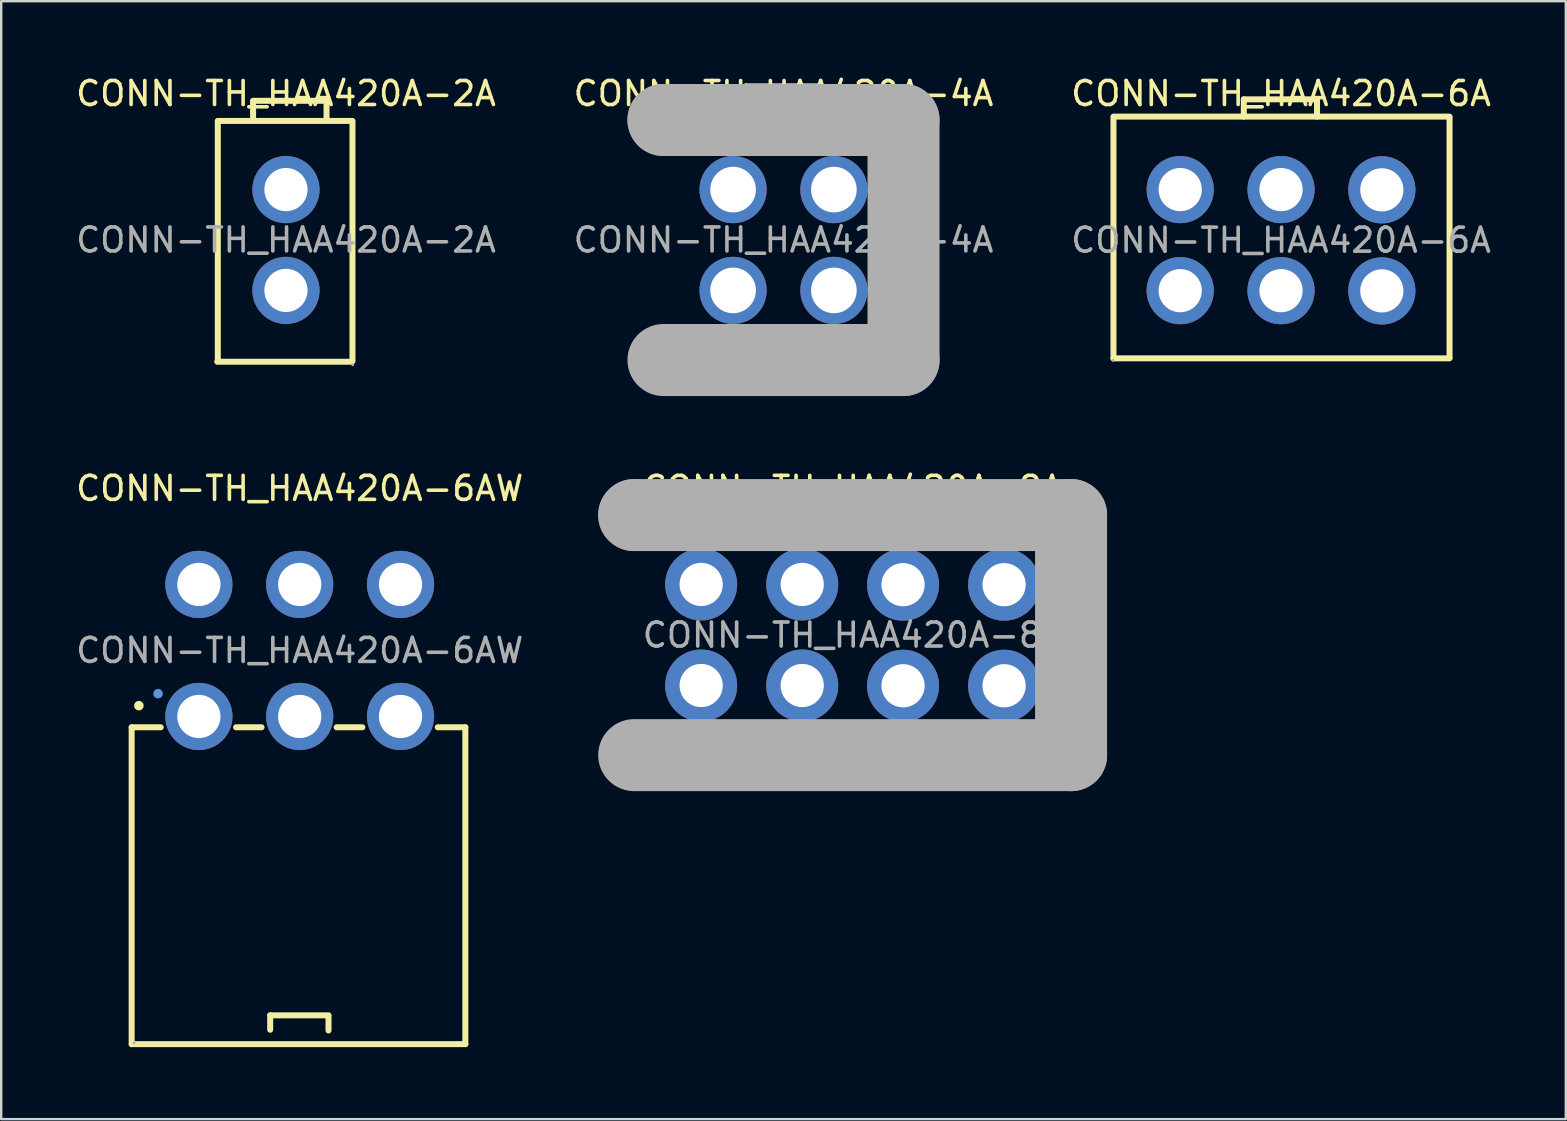
<source format=kicad_pcb>
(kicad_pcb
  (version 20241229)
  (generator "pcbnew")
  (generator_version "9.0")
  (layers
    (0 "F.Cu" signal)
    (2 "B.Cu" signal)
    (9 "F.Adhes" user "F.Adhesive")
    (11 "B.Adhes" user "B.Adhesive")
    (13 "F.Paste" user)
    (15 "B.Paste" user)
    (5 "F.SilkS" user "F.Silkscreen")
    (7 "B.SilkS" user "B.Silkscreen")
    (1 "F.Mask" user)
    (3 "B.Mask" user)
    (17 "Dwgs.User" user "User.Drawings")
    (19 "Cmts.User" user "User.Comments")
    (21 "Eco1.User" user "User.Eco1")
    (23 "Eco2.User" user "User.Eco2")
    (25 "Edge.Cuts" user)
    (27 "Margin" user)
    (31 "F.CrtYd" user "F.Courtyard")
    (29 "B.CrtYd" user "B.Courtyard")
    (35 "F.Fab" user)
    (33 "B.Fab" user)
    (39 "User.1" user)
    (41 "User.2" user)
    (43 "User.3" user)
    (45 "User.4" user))
  (footprint "CONN-TH_HAA420A-6AW"
    (layer "F.Cu")
    (at 9.435 24.047)
    (property "Reference" "CONN-TH_HAA420A-6AW" (at 0 -6.75 0) (layer "F.SilkS") (effects (font (size 1 1) (thickness 0.15))))
    (attr through_hole)
    (fp_line (start -7 3.2) (end -5.79 3.2) (stroke (width 0.25) (type solid)) (layer "F.SilkS"))
    (fp_line (start -7 16.4) (end -7 3.2) (stroke (width 0.25) (type solid)) (layer "F.SilkS"))
    (fp_line (start -2.65 3.2) (end -1.59 3.2) (stroke (width 0.25) (type solid)) (layer "F.SilkS"))
    (fp_line (start -1.23 15.2) (end -1.23 15.8) (stroke (width 0.25) (type solid)) (layer "F.SilkS"))
    (fp_line (start -1.23 15.2) (end 1.2 15.2) (stroke (width 0.25) (type solid)) (layer "F.SilkS"))
    (fp_line (start 1.2 15.23) (end 1.2 15.83) (stroke (width 0.25) (type solid)) (layer "F.SilkS"))
    (fp_line (start 1.54 3.2) (end 2.61 3.2) (stroke (width 0.25) (type solid)) (layer "F.SilkS"))
    (fp_line (start 5.75 3.2) (end 6.9 3.2) (stroke (width 0.25) (type solid)) (layer "F.SilkS"))
    (fp_line (start 6.9 3.2) (end 6.9 16.4) (stroke (width 0.25) (type solid)) (layer "F.SilkS"))
    (fp_line (start 6.9 16.4) (end -7 16.4) (stroke (width 0.25) (type solid)) (layer "F.SilkS"))
    (fp_circle (center -6.7 2.3) (end -6.6 2.3) (stroke (width 0.2) (type solid)) (fill no) (layer "F.SilkS"))
    (fp_circle (center -5.9 1.8) (end -5.8 1.8) (stroke (width 0.2) (type solid)) (fill no) (layer "Cmts.User"))
    (fp_circle (center -6.9 16.35) (end -6.87 16.35) (stroke (width 0.06) (type solid)) (fill no) (layer "F.Fab"))
    (fp_text user "${REFERENCE}" (at 0 0 0) (layer "F.Fab") (effects (font (size 1 1) (thickness 0.15))))
    (pad "1" thru_hole circle (at -4.2 2.75) (size 2.8 2.8) (drill 1.8) (layers "*.Cu" "*.Paste" "*.Mask"))
    (pad "2" thru_hole circle (at -4.2 -2.75) (size 2.8 2.8) (drill 1.8) (layers "*.Cu" "*.Paste" "*.Mask"))
    (pad "3" thru_hole circle (at 0 2.75) (size 2.8 2.8) (drill 1.8) (layers "*.Cu" "*.Paste" "*.Mask"))
    (pad "4" thru_hole circle (at 0 -2.75) (size 2.8 2.8) (drill 1.8) (layers "*.Cu" "*.Paste" "*.Mask"))
    (pad "5" thru_hole circle (at 4.2 2.75) (size 2.8 2.8) (drill 1.8) (layers "*.Cu" "*.Paste" "*.Mask"))
    (pad "6" thru_hole circle (at 4.2 -2.75) (size 2.8 2.8) (drill 1.8) (layers "*.Cu" "*.Paste" "*.Mask")))
  (footprint "CONN-TH_HAA420A-8A"
    (layer "F.Cu")
    (at 32.469 23.407)
    (property "Reference" "CONN-TH_HAA420A-8A" (at 0 -6.11 0) (layer "F.SilkS") (effects (font (size 1 1) (thickness 0.15))))
    (attr through_hole)
    (fp_line (start -2.07 -6.35) (end 2.07 -6.35) (stroke (width 0.25) (type solid)) (layer "F.SilkS"))
    (fp_line (start -2.07 -4.97) (end -2.07 -6.35) (stroke (width 0.25) (type solid)) (layer "F.SilkS"))
    (fp_line (start 2.07 -6.35) (end 2.07 -4.94) (stroke (width 0.25) (type solid)) (layer "F.SilkS"))
    (fp_line (start -9.1 -5) (end -9.1 -5) (stroke (width 3) (type solid)) (layer "F.Fab"))
    (fp_line (start -9.1 -5) (end 9.1 -5) (stroke (width 3) (type solid)) (layer "F.Fab"))
    (fp_line (start 9.1 -5) (end 9.1 5) (stroke (width 3) (type solid)) (layer "F.Fab"))
    (fp_line (start 9.1 5) (end -9.1 5) (stroke (width 3) (type solid)) (layer "F.Fab"))
    (fp_circle (center -9 5) (end -8.97 5) (stroke (width 0.06) (type solid)) (fill no) (layer "F.Fab"))
    (fp_text user "${REFERENCE}" (at 0 0 0) (layer "F.Fab") (effects (font (size 1 1) (thickness 0.15))))
    (pad "1" thru_hole circle (at -6.31 2.1) (size 3 3) (drill 1.8) (layers "*.Cu" "*.Paste" "*.Mask"))
    (pad "2" thru_hole circle (at -6.31 -2.11) (size 3 3) (drill 1.8) (layers "*.Cu" "*.Paste" "*.Mask"))
    (pad "3" thru_hole circle (at -2.1 2.1) (size 3 3) (drill 1.8) (layers "*.Cu" "*.Paste" "*.Mask"))
    (pad "4" thru_hole circle (at -2.1 -2.11) (size 3 3) (drill 1.8) (layers "*.Cu" "*.Paste" "*.Mask"))
    (pad "5" thru_hole circle (at 2.1 2.11) (size 3 3) (drill 1.8) (layers "*.Cu" "*.Paste" "*.Mask"))
    (pad "6" thru_hole circle (at 2.1 -2.1) (size 3 3) (drill 1.8) (layers "*.Cu" "*.Paste" "*.Mask"))
    (pad "7" thru_hole circle (at 6.31 2.11) (size 3 3) (drill 1.8) (layers "*.Cu" "*.Paste" "*.Mask"))
    (pad "8" thru_hole circle (at 6.31 -2.1) (size 3 3) (drill 1.8) (layers "*.Cu" "*.Paste" "*.Mask")))
  (footprint "CONN-TH_HAA420A-6A"
    (layer "F.Cu")
    (at 50.315 6.958)
    (property "Reference" "CONN-TH_HAA420A-6A" (at 0 -6.11 0) (layer "F.SilkS") (effects (font (size 1 1) (thickness 0.15))))
    (attr through_hole)
    (fp_line (start -6.98 -5.15) (end 7.02 -5.15) (stroke (width 0.25) (type solid)) (layer "F.SilkS"))
    (fp_line (start -6.98 -5.08) (end -6.98 4.92) (stroke (width 0.25) (type solid)) (layer "F.SilkS"))
    (fp_line (start -6.98 4.92) (end 7.02 4.92) (stroke (width 0.25) (type solid)) (layer "F.SilkS"))
    (fp_line (start -1.55 -5.87) (end -1.55 -5.15) (stroke (width 0.25) (type solid)) (layer "F.SilkS"))
    (fp_line (start -1.55 -5.87) (end 1.5 -5.87) (stroke (width 0.25) (type solid)) (layer "F.SilkS"))
    (fp_line (start 1.5 -5.87) (end 1.5 -5.15) (stroke (width 0.25) (type solid)) (layer "F.SilkS"))
    (fp_line (start 7.02 -5.12) (end 7.02 4.88) (stroke (width 0.25) (type solid)) (layer "F.SilkS"))
    (fp_circle (center -7 5) (end -6.97 5) (stroke (width 0.06) (type solid)) (fill no) (layer "F.Fab"))
    (fp_text user "${REFERENCE}" (at 0 0 0) (layer "F.Fab") (effects (font (size 1 1) (thickness 0.15))))
    (pad "1" thru_hole circle (at -4.2 2.1) (size 2.8 2.8) (drill 1.8) (layers "*.Cu" "*.Paste" "*.Mask"))
    (pad "2" thru_hole circle (at -4.2 -2.11) (size 2.8 2.8) (drill 1.8) (layers "*.Cu" "*.Paste" "*.Mask"))
    (pad "3" thru_hole circle (at 0 2.1) (size 2.8 2.8) (drill 1.8) (layers "*.Cu" "*.Paste" "*.Mask"))
    (pad "4" thru_hole circle (at 0 -2.11) (size 2.8 2.8) (drill 1.8) (layers "*.Cu" "*.Paste" "*.Mask"))
    (pad "5" thru_hole circle (at 4.2 2.11) (size 2.8 2.8) (drill 1.8) (layers "*.Cu" "*.Paste" "*.Mask"))
    (pad "6" thru_hole circle (at 4.2 -2.1) (size 2.8 2.8) (drill 1.8) (layers "*.Cu" "*.Paste" "*.Mask")))
  (footprint "CONN-TH_HAA420A-2A"
    (layer "F.Cu")
    (at 8.863 6.948)
    (property "Reference" "CONN-TH_HAA420A-2A" (at 0 -6.1 0) (layer "F.SilkS") (effects (font (size 1 1) (thickness 0.15))))
    (attr through_hole)
    (fp_line (start -2.86 5.07) (end 2.74 5.07) (stroke (width 0.25) (type solid)) (layer "F.SilkS"))
    (fp_line (start -2.84 -4.96) (end 2.76 -4.96) (stroke (width 0.25) (type solid)) (layer "F.SilkS"))
    (fp_line (start -2.84 -4.95) (end -2.84 5.05) (stroke (width 0.25) (type solid)) (layer "F.SilkS"))
    (fp_line (start -1.37 -5.8) (end 1.69 -5.8) (stroke (width 0.25) (type solid)) (layer "F.SilkS"))
    (fp_line (start -1.37 -5.77) (end -1.37 -5.05) (stroke (width 0.25) (type solid)) (layer "F.SilkS"))
    (fp_line (start 1.69 -5.8) (end 1.69 -5.05) (stroke (width 0.25) (type solid)) (layer "F.SilkS"))
    (fp_line (start 2.77 -4.95) (end 2.77 5.05) (stroke (width 0.25) (type solid)) (layer "F.SilkS"))
    (fp_circle (center 2.78 5.2) (end 2.81 5.2) (stroke (width 0.06) (type solid)) (fill no) (layer "F.Fab"))
    (fp_text user "${REFERENCE}" (at 0 0 0) (layer "F.Fab") (effects (font (size 1 1) (thickness 0.15))))
    (pad "1" thru_hole circle (at 0 2.1) (size 2.8 2.8) (drill 1.8) (layers "*.Cu" "*.Paste" "*.Mask"))
    (pad "2" thru_hole circle (at 0 -2.1) (size 2.8 2.8) (drill 1.8) (layers "*.Cu" "*.Paste" "*.Mask")))
  (footprint "CONN-TH_HAA420A-4A"
    (layer "F.Cu")
    (at 29.589 6.948)
    (property "Reference" "CONN-TH_HAA420A-4A" (at 0 -6.1 0) (layer "F.SilkS") (effects (font (size 1 1) (thickness 0.15))))
    (attr through_hole)
    (fp_line (start -1.56 -6.4) (end -1.56 -5.47) (stroke (width 0.25) (type solid)) (layer "F.SilkS"))
    (fp_line (start -1.56 -5.79) (end -1.56 -5.07) (stroke (width 0.25) (type solid)) (layer "F.SilkS"))
    (fp_line (start 1.5 -6.4) (end -1.56 -6.4) (stroke (width 0.25) (type solid)) (layer "F.SilkS"))
    (fp_line (start 1.5 -5) (end 1.5 -6.4) (stroke (width 0.25) (type solid)) (layer "F.SilkS"))
    (fp_line (start -5 -5) (end -5 -5) (stroke (width 3) (type solid)) (layer "F.Fab"))
    (fp_line (start -5 -5) (end 5 -5) (stroke (width 3) (type solid)) (layer "F.Fab"))
    (fp_line (start 5 -5) (end 5 5) (stroke (width 3) (type solid)) (layer "F.Fab"))
    (fp_line (start 5 5) (end -5 5) (stroke (width 3) (type solid)) (layer "F.Fab"))
    (fp_circle (center -4.8 5) (end -4.77 5) (stroke (width 0.06) (type solid)) (fill no) (layer "F.Fab"))
    (fp_text user "${REFERENCE}" (at 0 0 0) (layer "F.Fab") (effects (font (size 1 1) (thickness 0.15))))
    (pad "1" thru_hole circle (at -2.1 2.1) (size 2.8 2.8) (drill 1.9) (layers "*.Cu" "*.Paste" "*.Mask"))
    (pad "2" thru_hole circle (at -2.1 -2.1) (size 2.8 2.8) (drill 1.9) (layers "*.Cu" "*.Paste" "*.Mask"))
    (pad "3" thru_hole circle (at 2.1 2.1) (size 2.8 2.8) (drill 1.9) (layers "*.Cu" "*.Paste" "*.Mask"))
    (pad "4" thru_hole circle (at 2.1 -2.1) (size 2.8 2.8) (drill 1.9) (layers "*.Cu" "*.Paste" "*.Mask")))
  (gr_rect
    (start -3 -3)
    (end 62.179 43.572)
    (stroke (width 0.1) (type default))
    (fill no)
    (layer "Edge.Cuts")))
</source>
